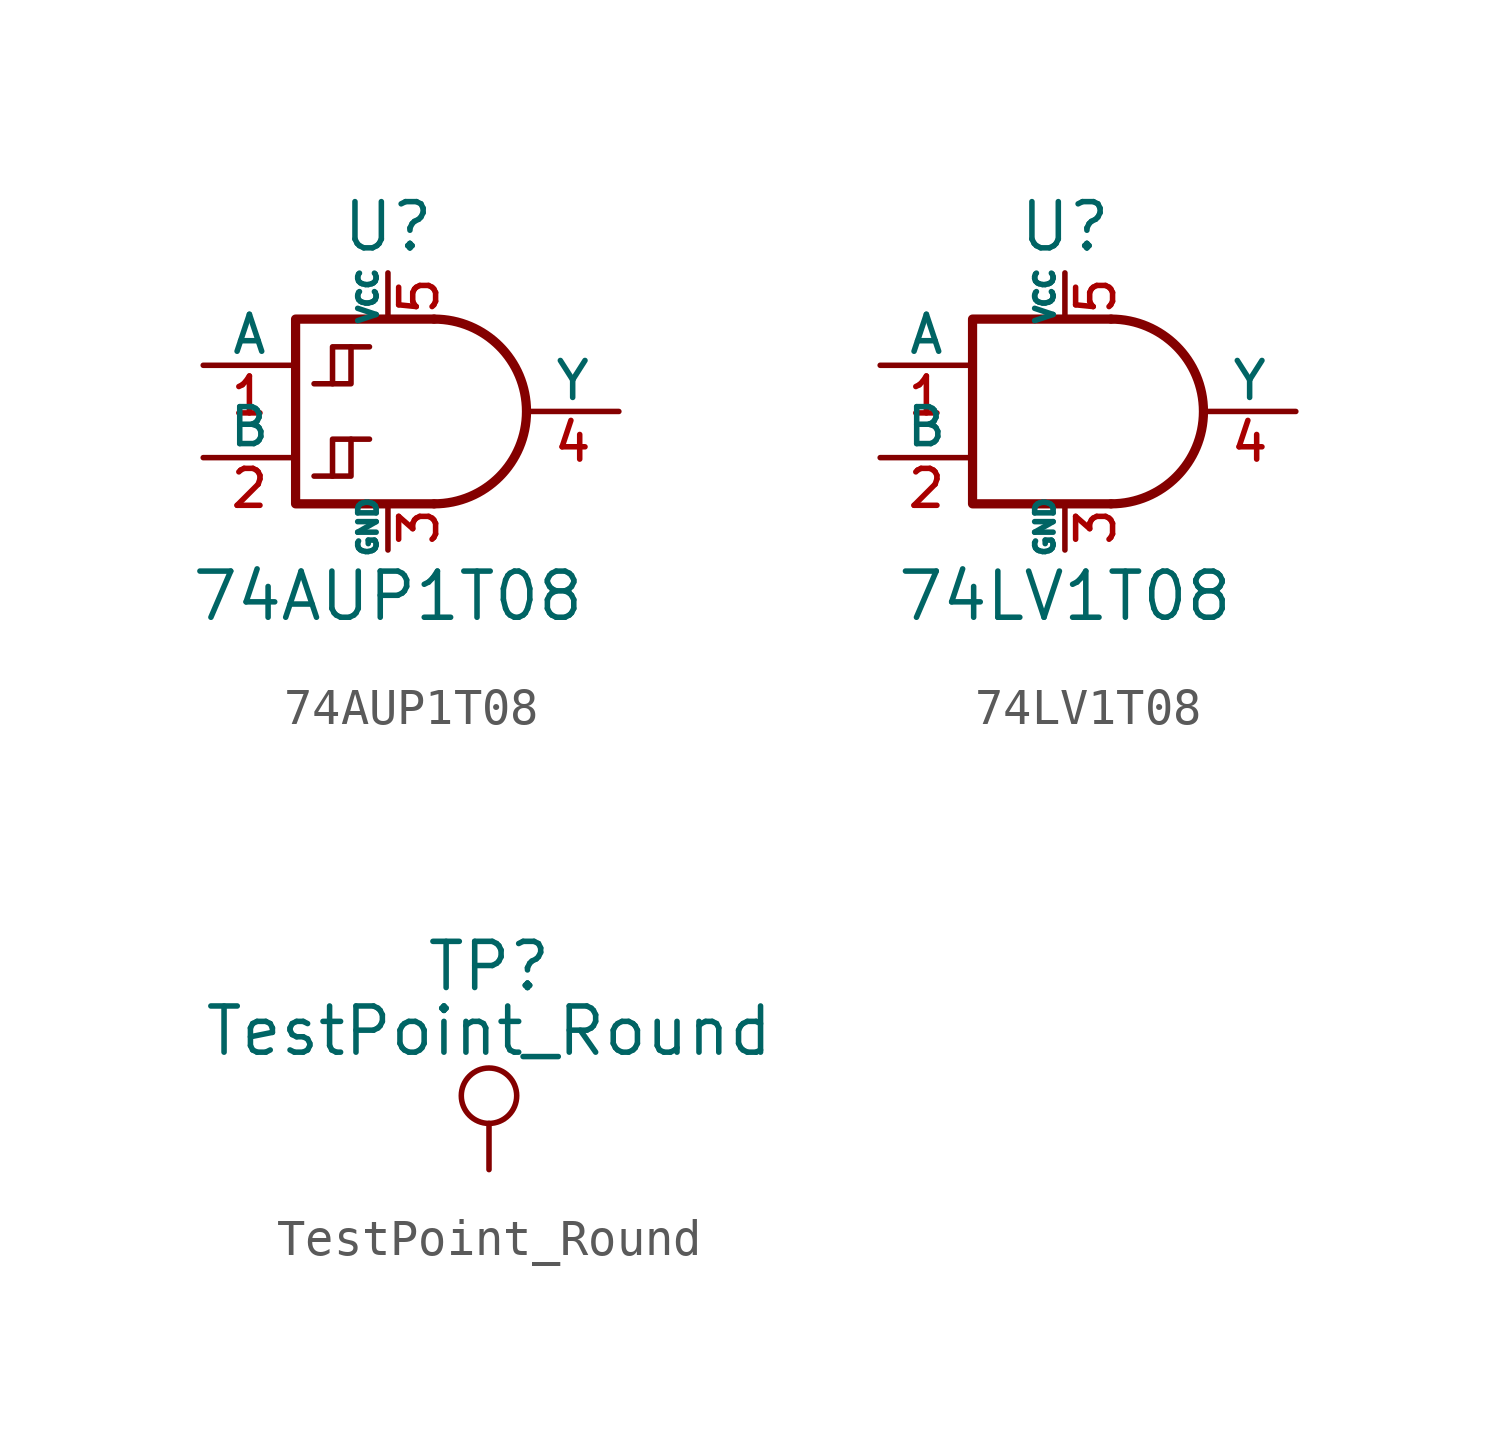
<source format=kicad_sym>
(kicad_symbol_lib
  (version 20220914)
  (generator kicad_symbol_editor)
  (symbol "74AUP1T08"
    (pin_names
      (offset 0))
    (property "Reference" "U"
      (at 0 5.08 0)
      (effects (font (size 1.27 1.27))))
    (property "Value" "74AUP1T08"
      (at 0 -5.08 0)
      (effects (font (size 1.27 1.27))))
    (symbol "74AUP1T08_0_1"
      (polyline (pts (xy -2.032 0.762) (xy -1.016 0.762) (xy -1.016 1.778)) (stroke (width 0) (type solid)) (fill (type none)))
      (polyline (pts (xy -0.508 1.778) (xy -1.524 1.778) (xy -1.524 0.762)) (stroke (width 0) (type solid)) (fill (type none)))
      (polyline (pts (xy 1.27 -2.54) (xy -2.54 -2.54) (xy -2.54 2.54) (xy 1.27 2.54)) (stroke (width 0.254) (type solid)) (fill (type none)))
      (arc (start 1.27 -2.54) (mid 3.799 0) (end 1.27 2.54) (stroke (width 0.254) (type solid)) (fill (type none))))
    (symbol "74AUP1T08_1_1"
      (polyline (pts (xy -2.032 -1.778) (xy -1.016 -1.778) (xy -1.016 -0.762)) (stroke (width 0) (type solid)) (fill (type none)))
      (polyline (pts (xy -0.508 -0.762) (xy -1.524 -0.762) (xy -1.524 -1.778)) (stroke (width 0) (type solid)) (fill (type none)))
      (pin input line (at -5.08 1.27 0) (length 2.54) (name "A" (effects (font (size 1.016 1.016)))) (number "1" (effects (font (size 1.016 1.016)))))
      (pin input line (at -5.08 -1.27 0) (length 2.54) (name "B" (effects (font (size 1.016 1.016)))) (number "2" (effects (font (size 1.016 1.016)))))
      (pin power_in line (at 0 -3.81 90) (length 1.27) (name "GND" (effects (font (size 0.508 0.508)))) (number "3" (effects (font (size 1.016 1.016)))))
      (pin output line (at 6.35 0 180) (length 2.54) (name "Y" (effects (font (size 1.016 1.016)))) (number "4" (effects (font (size 1.016 1.016)))))
      (pin power_in line (at 0 3.81 270) (length 1.27) (name "VCC" (effects (font (size 0.508 0.508)))) (number "5" (effects (font (size 1.016 1.016)))))))
  (symbol "74LV1T08"
    (pin_names
      (offset 0))
    (property "Reference" "U"
      (at 0 5.08 0)
      (effects (font (size 1.27 1.27))))
    (property "Value" "74LV1T08"
      (at 0 -5.08 0)
      (effects (font (size 1.27 1.27))))
    (symbol "74LV1T08_0_1"
      (polyline (pts (xy 1.27 -2.54) (xy -2.54 -2.54) (xy -2.54 2.54) (xy 1.27 2.54)) (stroke (width 0.254) (type solid)) (fill (type none)))
      (arc (start 1.27 -2.54) (mid 3.799 0) (end 1.27 2.54) (stroke (width 0.254) (type solid)) (fill (type none))))
    (symbol "74LV1T08_1_1"
      (pin input line (at -5.08 1.27 0) (length 2.54) (name "A" (effects (font (size 1.016 1.016)))) (number "1" (effects (font (size 1.016 1.016)))))
      (pin input line (at -5.08 -1.27 0) (length 2.54) (name "B" (effects (font (size 1.016 1.016)))) (number "2" (effects (font (size 1.016 1.016)))))
      (pin power_in line (at 0 -3.81 90) (length 1.27) (name "GND" (effects (font (size 0.508 0.508)))) (number "3" (effects (font (size 1.016 1.016)))))
      (pin output line (at 6.35 0 180) (length 2.54) (name "Y" (effects (font (size 1.016 1.016)))) (number "4" (effects (font (size 1.016 1.016)))))
      (pin power_in line (at 0 3.81 270) (length 1.27) (name "VCC" (effects (font (size 0.508 0.508)))) (number "5" (effects (font (size 1.016 1.016)))))))
  (symbol "TestPoint_Round"
    (pin_numbers hide)
    (pin_names
      (offset 0.762) hide)
    (property "Reference" "TP"
      (at 0 5.588 0)
      (effects (font (size 1.27 1.27))))
    (property "Value" "TestPoint_Round"
      (at 0 3.81 0)
      (effects (font (size 1.27 1.27))))
    (symbol "TestPoint_Round_0_1"
      (circle (center 0 2.032) (radius 0.762) (stroke (width 0) (type solid)) (fill (type none))))
    (symbol "TestPoint_Round_1_1"
      (pin passive line (at 0 0 90) (length 1.27) (name "1" (effects (font (size 1.27 1.27)))) (number "1" (effects (font (size 1.27 1.27))))))))
</source>
